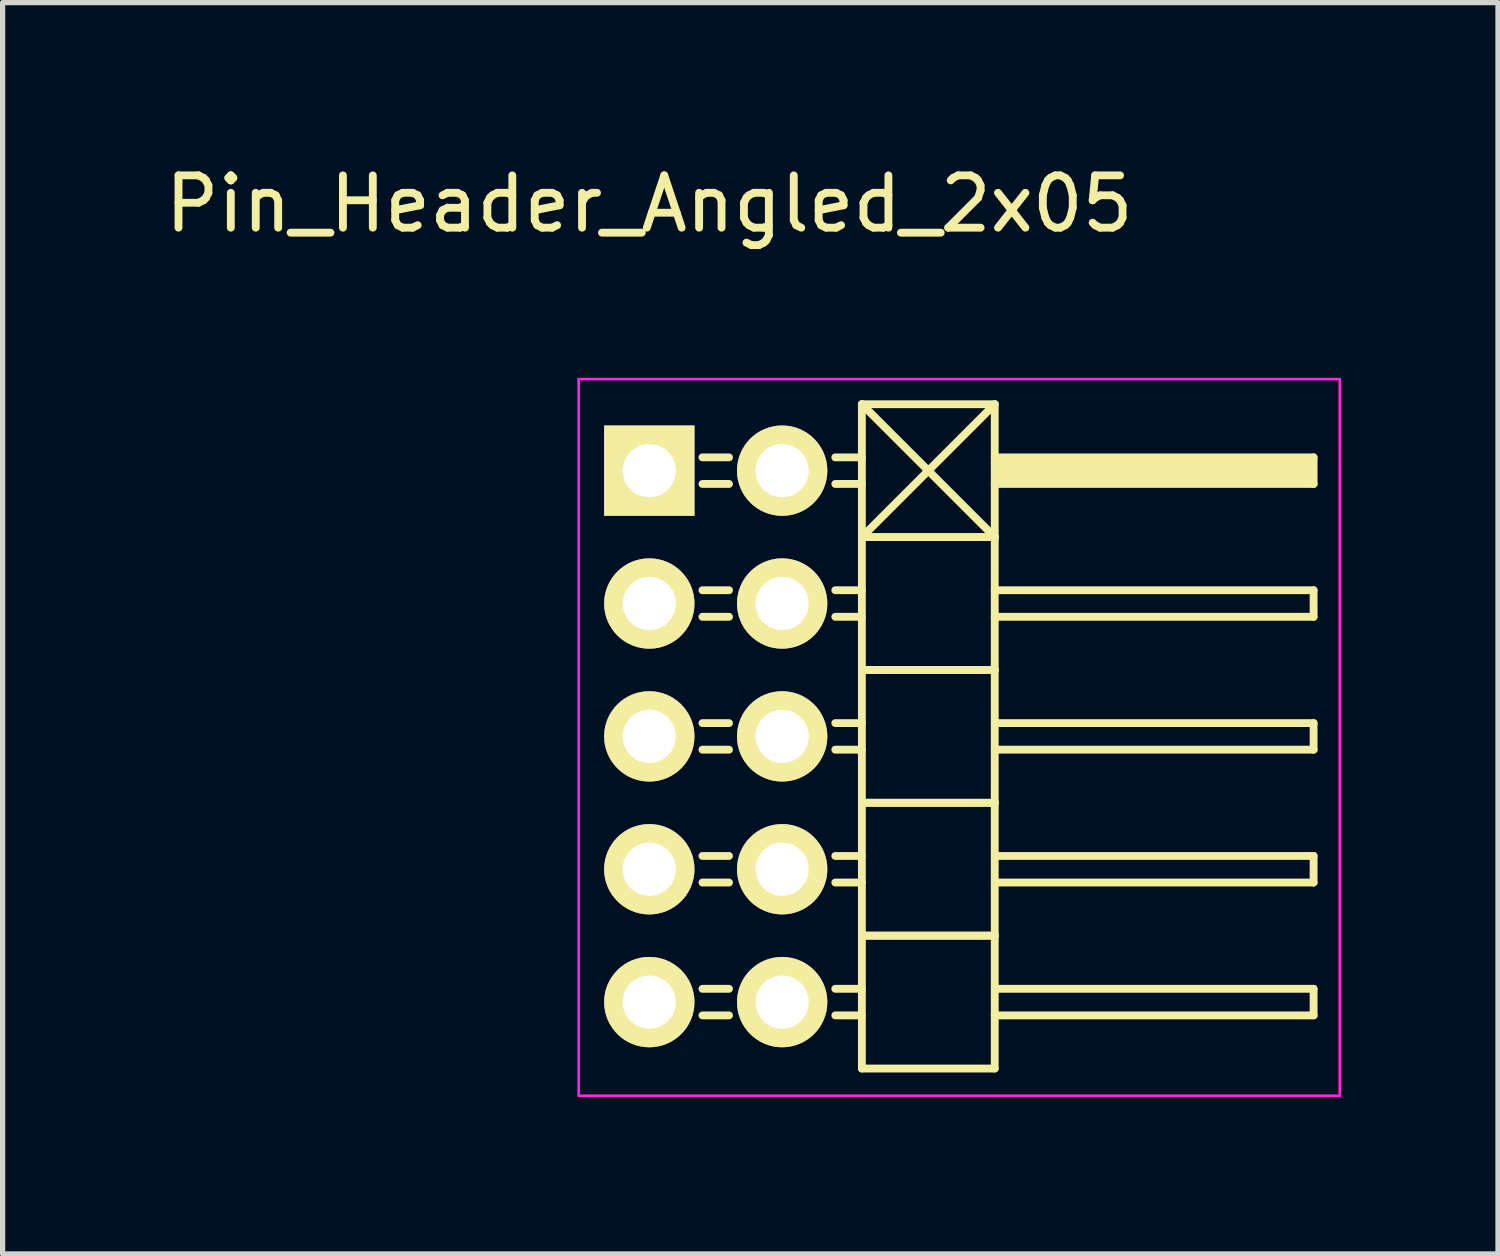
<source format=kicad_pcb>
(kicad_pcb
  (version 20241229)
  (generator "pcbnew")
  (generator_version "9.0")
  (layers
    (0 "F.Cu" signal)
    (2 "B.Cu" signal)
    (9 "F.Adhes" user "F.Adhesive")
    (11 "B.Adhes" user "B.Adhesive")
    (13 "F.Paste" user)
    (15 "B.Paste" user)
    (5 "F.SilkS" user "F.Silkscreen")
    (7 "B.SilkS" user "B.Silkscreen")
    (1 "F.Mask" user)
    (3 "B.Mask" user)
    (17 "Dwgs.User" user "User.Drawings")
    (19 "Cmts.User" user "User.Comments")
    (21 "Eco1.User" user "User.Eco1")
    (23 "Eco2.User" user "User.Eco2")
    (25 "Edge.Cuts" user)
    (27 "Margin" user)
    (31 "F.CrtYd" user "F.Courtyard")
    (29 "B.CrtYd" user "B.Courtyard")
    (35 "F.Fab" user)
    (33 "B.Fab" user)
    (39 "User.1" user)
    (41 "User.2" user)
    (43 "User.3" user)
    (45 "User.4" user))
  (footprint "Pin_Header_Angled_2x05"
    (layer "F.Cu")
    (at 9.363 5.948)
    (property "Reference" "Pin_Header_Angled_2x05" (at 0 -5.1 0) (layer "F.SilkS") (effects (font (size 1 1) (thickness 0.15))))
    (attr through_hole)
    (fp_line (start 1.524 -0.254) (end 1.016 -0.254) (stroke (width 0.15) (type solid)) (layer "F.SilkS"))
    (fp_line (start 1.524 0.254) (end 1.016 0.254) (stroke (width 0.15) (type solid)) (layer "F.SilkS"))
    (fp_line (start 1.524 2.286) (end 1.016 2.286) (stroke (width 0.15) (type solid)) (layer "F.SilkS"))
    (fp_line (start 1.524 2.794) (end 1.016 2.794) (stroke (width 0.15) (type solid)) (layer "F.SilkS"))
    (fp_line (start 1.524 4.826) (end 1.016 4.826) (stroke (width 0.15) (type solid)) (layer "F.SilkS"))
    (fp_line (start 1.524 5.334) (end 1.016 5.334) (stroke (width 0.15) (type solid)) (layer "F.SilkS"))
    (fp_line (start 1.524 7.366) (end 1.016 7.366) (stroke (width 0.15) (type solid)) (layer "F.SilkS"))
    (fp_line (start 1.524 7.874) (end 1.016 7.874) (stroke (width 0.15) (type solid)) (layer "F.SilkS"))
    (fp_line (start 1.524 9.906) (end 1.016 9.906) (stroke (width 0.15) (type solid)) (layer "F.SilkS"))
    (fp_line (start 1.524 10.414) (end 1.016 10.414) (stroke (width 0.15) (type solid)) (layer "F.SilkS"))
    (fp_line (start 4.064 -1.27) (end 4.064 1.27) (stroke (width 0.15) (type solid)) (layer "F.SilkS"))
    (fp_line (start 4.064 -1.27) (end 6.604 -1.27) (stroke (width 0.15) (type solid)) (layer "F.SilkS"))
    (fp_line (start 4.064 -1.27) (end 6.604 1.27) (stroke (width 0.15) (type solid)) (layer "F.SilkS"))
    (fp_line (start 4.064 -0.254) (end 3.556 -0.254) (stroke (width 0.15) (type solid)) (layer "F.SilkS"))
    (fp_line (start 4.064 0.254) (end 3.556 0.254) (stroke (width 0.15) (type solid)) (layer "F.SilkS"))
    (fp_line (start 4.064 1.27) (end 4.064 3.81) (stroke (width 0.15) (type solid)) (layer "F.SilkS"))
    (fp_line (start 4.064 1.27) (end 6.604 1.27) (stroke (width 0.15) (type solid)) (layer "F.SilkS"))
    (fp_line (start 4.064 1.27) (end 6.604 1.27) (stroke (width 0.15) (type solid)) (layer "F.SilkS"))
    (fp_line (start 4.064 2.286) (end 3.556 2.286) (stroke (width 0.15) (type solid)) (layer "F.SilkS"))
    (fp_line (start 4.064 2.794) (end 3.556 2.794) (stroke (width 0.15) (type solid)) (layer "F.SilkS"))
    (fp_line (start 4.064 3.81) (end 4.064 6.35) (stroke (width 0.15) (type solid)) (layer "F.SilkS"))
    (fp_line (start 4.064 3.81) (end 6.604 3.81) (stroke (width 0.15) (type solid)) (layer "F.SilkS"))
    (fp_line (start 4.064 3.81) (end 6.604 3.81) (stroke (width 0.15) (type solid)) (layer "F.SilkS"))
    (fp_line (start 4.064 4.826) (end 3.556 4.826) (stroke (width 0.15) (type solid)) (layer "F.SilkS"))
    (fp_line (start 4.064 5.334) (end 3.556 5.334) (stroke (width 0.15) (type solid)) (layer "F.SilkS"))
    (fp_line (start 4.064 6.35) (end 4.064 8.89) (stroke (width 0.15) (type solid)) (layer "F.SilkS"))
    (fp_line (start 4.064 6.35) (end 6.604 6.35) (stroke (width 0.15) (type solid)) (layer "F.SilkS"))
    (fp_line (start 4.064 6.35) (end 6.604 6.35) (stroke (width 0.15) (type solid)) (layer "F.SilkS"))
    (fp_line (start 4.064 7.366) (end 3.556 7.366) (stroke (width 0.15) (type solid)) (layer "F.SilkS"))
    (fp_line (start 4.064 7.874) (end 3.556 7.874) (stroke (width 0.15) (type solid)) (layer "F.SilkS"))
    (fp_line (start 4.064 8.89) (end 4.064 11.43) (stroke (width 0.15) (type solid)) (layer "F.SilkS"))
    (fp_line (start 4.064 8.89) (end 6.604 8.89) (stroke (width 0.15) (type solid)) (layer "F.SilkS"))
    (fp_line (start 4.064 8.89) (end 6.604 8.89) (stroke (width 0.15) (type solid)) (layer "F.SilkS"))
    (fp_line (start 4.064 9.906) (end 3.556 9.906) (stroke (width 0.15) (type solid)) (layer "F.SilkS"))
    (fp_line (start 4.064 10.414) (end 3.556 10.414) (stroke (width 0.15) (type solid)) (layer "F.SilkS"))
    (fp_line (start 4.064 11.43) (end 6.604 11.43) (stroke (width 0.15) (type solid)) (layer "F.SilkS"))
    (fp_line (start 6.604 -1.27) (end 4.064 1.27) (stroke (width 0.15) (type solid)) (layer "F.SilkS"))
    (fp_line (start 6.604 -0.254) (end 12.7 -0.254) (stroke (width 0.15) (type solid)) (layer "F.SilkS"))
    (fp_line (start 6.604 -0.127) (end 12.573 -0.127) (stroke (width 0.15) (type solid)) (layer "F.SilkS"))
    (fp_line (start 6.604 1.27) (end 6.604 -1.27) (stroke (width 0.15) (type solid)) (layer "F.SilkS"))
    (fp_line (start 6.604 2.286) (end 12.7 2.286) (stroke (width 0.15) (type solid)) (layer "F.SilkS"))
    (fp_line (start 6.604 3.81) (end 6.604 1.27) (stroke (width 0.15) (type solid)) (layer "F.SilkS"))
    (fp_line (start 6.604 4.826) (end 12.7 4.826) (stroke (width 0.15) (type solid)) (layer "F.SilkS"))
    (fp_line (start 6.604 6.35) (end 6.604 3.81) (stroke (width 0.15) (type solid)) (layer "F.SilkS"))
    (fp_line (start 6.604 7.366) (end 12.7 7.366) (stroke (width 0.15) (type solid)) (layer "F.SilkS"))
    (fp_line (start 6.604 8.89) (end 6.604 6.35) (stroke (width 0.15) (type solid)) (layer "F.SilkS"))
    (fp_line (start 6.604 9.906) (end 12.7 9.906) (stroke (width 0.15) (type solid)) (layer "F.SilkS"))
    (fp_line (start 6.604 11.43) (end 6.604 8.89) (stroke (width 0.15) (type solid)) (layer "F.SilkS"))
    (fp_line (start 6.731 0) (end 12.573 0) (stroke (width 0.15) (type solid)) (layer "F.SilkS"))
    (fp_line (start 6.731 0.127) (end 6.731 0) (stroke (width 0.15) (type solid)) (layer "F.SilkS"))
    (fp_line (start 12.573 -0.127) (end 12.573 0.127) (stroke (width 0.15) (type solid)) (layer "F.SilkS"))
    (fp_line (start 12.573 0.127) (end 6.731 0.127) (stroke (width 0.15) (type solid)) (layer "F.SilkS"))
    (fp_line (start 12.7 -0.254) (end 12.7 0.254) (stroke (width 0.15) (type solid)) (layer "F.SilkS"))
    (fp_line (start 12.7 0.254) (end 6.604 0.254) (stroke (width 0.15) (type solid)) (layer "F.SilkS"))
    (fp_line (start 12.7 2.286) (end 12.7 2.794) (stroke (width 0.15) (type solid)) (layer "F.SilkS"))
    (fp_line (start 12.7 2.794) (end 6.604 2.794) (stroke (width 0.15) (type solid)) (layer "F.SilkS"))
    (fp_line (start 12.7 4.826) (end 12.7 5.334) (stroke (width 0.15) (type solid)) (layer "F.SilkS"))
    (fp_line (start 12.7 5.334) (end 6.604 5.334) (stroke (width 0.15) (type solid)) (layer "F.SilkS"))
    (fp_line (start 12.7 7.366) (end 12.7 7.874) (stroke (width 0.15) (type solid)) (layer "F.SilkS"))
    (fp_line (start 12.7 7.874) (end 6.604 7.874) (stroke (width 0.15) (type solid)) (layer "F.SilkS"))
    (fp_line (start 12.7 9.906) (end 12.7 10.414) (stroke (width 0.15) (type solid)) (layer "F.SilkS"))
    (fp_line (start 12.7 10.414) (end 6.604 10.414) (stroke (width 0.15) (type solid)) (layer "F.SilkS"))
    (fp_line (start -1.35 -1.75) (end -1.35 11.95) (stroke (width 0.05) (type solid)) (layer "F.CrtYd"))
    (fp_line (start -1.35 -1.75) (end 13.2 -1.75) (stroke (width 0.05) (type solid)) (layer "F.CrtYd"))
    (fp_line (start -1.35 11.95) (end 13.2 11.95) (stroke (width 0.05) (type solid)) (layer "F.CrtYd"))
    (fp_line (start 13.2 -1.75) (end 13.2 11.95) (stroke (width 0.05) (type solid)) (layer "F.CrtYd"))
    (pad "1" thru_hole rect (at 0 0) (size 1.727 1.727) (drill 1.016) (layers "*.Cu" "*.Mask" "F.SilkS"))
    (pad "2" thru_hole oval (at 2.54 0) (size 1.727 1.727) (drill 1.016) (layers "*.Cu" "*.Mask" "F.SilkS"))
    (pad "3" thru_hole oval (at 0 2.54) (size 1.727 1.727) (drill 1.016) (layers "*.Cu" "*.Mask" "F.SilkS"))
    (pad "4" thru_hole oval (at 2.54 2.54) (size 1.727 1.727) (drill 1.016) (layers "*.Cu" "*.Mask" "F.SilkS"))
    (pad "5" thru_hole oval (at 0 5.08) (size 1.727 1.727) (drill 1.016) (layers "*.Cu" "*.Mask" "F.SilkS"))
    (pad "6" thru_hole oval (at 2.54 5.08) (size 1.727 1.727) (drill 1.016) (layers "*.Cu" "*.Mask" "F.SilkS"))
    (pad "7" thru_hole oval (at 0 7.62) (size 1.727 1.727) (drill 1.016) (layers "*.Cu" "*.Mask" "F.SilkS"))
    (pad "8" thru_hole oval (at 2.54 7.62) (size 1.727 1.727) (drill 1.016) (layers "*.Cu" "*.Mask" "F.SilkS"))
    (pad "9" thru_hole oval (at 0 10.16) (size 1.727 1.727) (drill 1.016) (layers "*.Cu" "*.Mask" "F.SilkS"))
    (pad "10" thru_hole oval (at 2.54 10.16) (size 1.727 1.727) (drill 1.016) (layers "*.Cu" "*.Mask" "F.SilkS")))
  (gr_rect
    (start -3 -3)
    (end 25.588 20.923)
    (stroke (width 0.1) (type default))
    (fill no)
    (layer "Edge.Cuts")))
</source>
